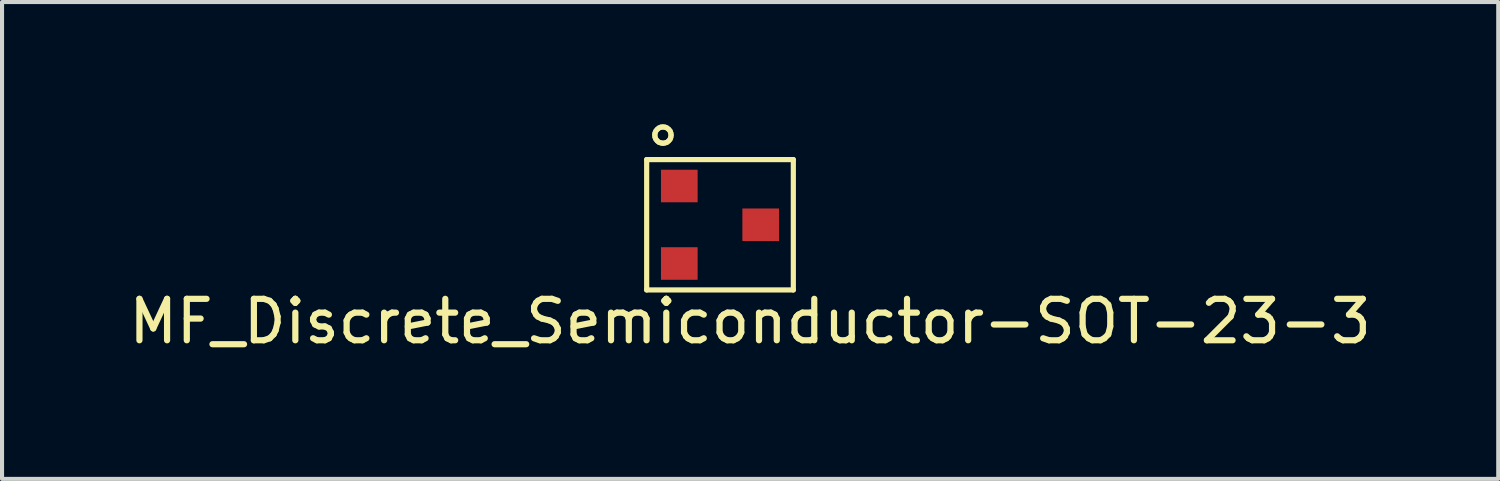
<source format=kicad_pcb>
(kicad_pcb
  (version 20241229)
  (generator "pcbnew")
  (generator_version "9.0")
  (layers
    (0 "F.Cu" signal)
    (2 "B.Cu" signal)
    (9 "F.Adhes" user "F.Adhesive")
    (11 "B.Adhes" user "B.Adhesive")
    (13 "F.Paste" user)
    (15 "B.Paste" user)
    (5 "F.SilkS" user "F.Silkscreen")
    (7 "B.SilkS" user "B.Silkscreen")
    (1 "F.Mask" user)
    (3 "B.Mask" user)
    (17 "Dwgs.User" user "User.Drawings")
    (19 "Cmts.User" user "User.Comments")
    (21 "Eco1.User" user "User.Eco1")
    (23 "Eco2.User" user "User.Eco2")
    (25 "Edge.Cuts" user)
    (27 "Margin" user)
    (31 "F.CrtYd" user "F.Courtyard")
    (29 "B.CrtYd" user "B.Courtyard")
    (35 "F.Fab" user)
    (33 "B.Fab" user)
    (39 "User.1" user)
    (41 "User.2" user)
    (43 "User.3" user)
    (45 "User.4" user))
  (footprint "MF_Discrete_Semiconductor-SOT-23-3"
    (layer "F.Cu")
    (at 14.604 2.461)
    (property "Reference" "MF_Discrete_Semiconductor-SOT-23-3" (at 0.739 2.37 0) (layer "F.SilkS") (effects (font (size 1.016 1.016) (thickness 0.152))))
    (attr smd)
    (fp_line (start -1.798 -1.598) (end -1.798 1.598) (stroke (width 0.127) (type solid)) (layer "F.SilkS"))
    (fp_line (start -1.798 1.598) (end 1.798 1.598) (stroke (width 0.127) (type solid)) (layer "F.SilkS"))
    (fp_line (start -1.598 -2.2) (end -1.593 -2.25) (stroke (width 0.127) (type solid)) (layer "F.SilkS"))
    (fp_line (start -1.593 -2.25) (end -1.572 -2.299) (stroke (width 0.127) (type solid)) (layer "F.SilkS"))
    (fp_line (start -1.593 -2.146) (end -1.598 -2.2) (stroke (width 0.127) (type solid)) (layer "F.SilkS"))
    (fp_line (start -1.572 -2.299) (end -1.539 -2.339) (stroke (width 0.127) (type solid)) (layer "F.SilkS"))
    (fp_line (start -1.572 -2.098) (end -1.593 -2.146) (stroke (width 0.127) (type solid)) (layer "F.SilkS"))
    (fp_line (start -1.539 -2.339) (end -1.499 -2.372) (stroke (width 0.127) (type solid)) (layer "F.SilkS"))
    (fp_line (start -1.539 -2.057) (end -1.572 -2.098) (stroke (width 0.127) (type solid)) (layer "F.SilkS"))
    (fp_line (start -1.499 -2.372) (end -1.45 -2.393) (stroke (width 0.127) (type solid)) (layer "F.SilkS"))
    (fp_line (start -1.499 -2.024) (end -1.539 -2.057) (stroke (width 0.127) (type solid)) (layer "F.SilkS"))
    (fp_line (start -1.45 -2.393) (end -1.4 -2.398) (stroke (width 0.127) (type solid)) (layer "F.SilkS"))
    (fp_line (start -1.45 -2.007) (end -1.499 -2.024) (stroke (width 0.127) (type solid)) (layer "F.SilkS"))
    (fp_line (start -1.4 -2.398) (end -1.346 -2.393) (stroke (width 0.127) (type solid)) (layer "F.SilkS"))
    (fp_line (start -1.4 -1.999) (end -1.45 -2.007) (stroke (width 0.127) (type solid)) (layer "F.SilkS"))
    (fp_line (start -1.346 -2.393) (end -1.298 -2.372) (stroke (width 0.127) (type solid)) (layer "F.SilkS"))
    (fp_line (start -1.346 -2.007) (end -1.4 -1.999) (stroke (width 0.127) (type solid)) (layer "F.SilkS"))
    (fp_line (start -1.298 -2.372) (end -1.257 -2.339) (stroke (width 0.127) (type solid)) (layer "F.SilkS"))
    (fp_line (start -1.298 -2.024) (end -1.346 -2.007) (stroke (width 0.127) (type solid)) (layer "F.SilkS"))
    (fp_line (start -1.257 -2.339) (end -1.224 -2.299) (stroke (width 0.127) (type solid)) (layer "F.SilkS"))
    (fp_line (start -1.257 -2.057) (end -1.298 -2.024) (stroke (width 0.127) (type solid)) (layer "F.SilkS"))
    (fp_line (start -1.224 -2.299) (end -1.206 -2.25) (stroke (width 0.127) (type solid)) (layer "F.SilkS"))
    (fp_line (start -1.224 -2.098) (end -1.257 -2.057) (stroke (width 0.127) (type solid)) (layer "F.SilkS"))
    (fp_line (start -1.206 -2.25) (end -1.199 -2.2) (stroke (width 0.127) (type solid)) (layer "F.SilkS"))
    (fp_line (start -1.206 -2.146) (end -1.224 -2.098) (stroke (width 0.127) (type solid)) (layer "F.SilkS"))
    (fp_line (start -1.199 -2.2) (end -1.206 -2.146) (stroke (width 0.127) (type solid)) (layer "F.SilkS"))
    (fp_line (start 1.798 -1.598) (end -1.798 -1.598) (stroke (width 0.127) (type solid)) (layer "F.SilkS"))
    (fp_line (start 1.798 1.598) (end 1.798 -1.598) (stroke (width 0.127) (type solid)) (layer "F.SilkS"))
    (pad "1" smd rect (at -0.998 -0.95) (size 0.899 0.798) (layers "F.Cu" "F.Mask" "F.Paste"))
    (pad "2" smd rect (at -0.998 0.95) (size 0.899 0.798) (layers "F.Cu" "F.Mask" "F.Paste"))
    (pad "3" smd rect (at 0.998 0) (size 0.899 0.798) (layers "F.Cu" "F.Mask" "F.Paste")))
  (gr_rect
    (start -3 -3)
    (end 33.686 8.693)
    (stroke (width 0.1) (type default))
    (fill no)
    (layer "Edge.Cuts")))
</source>
